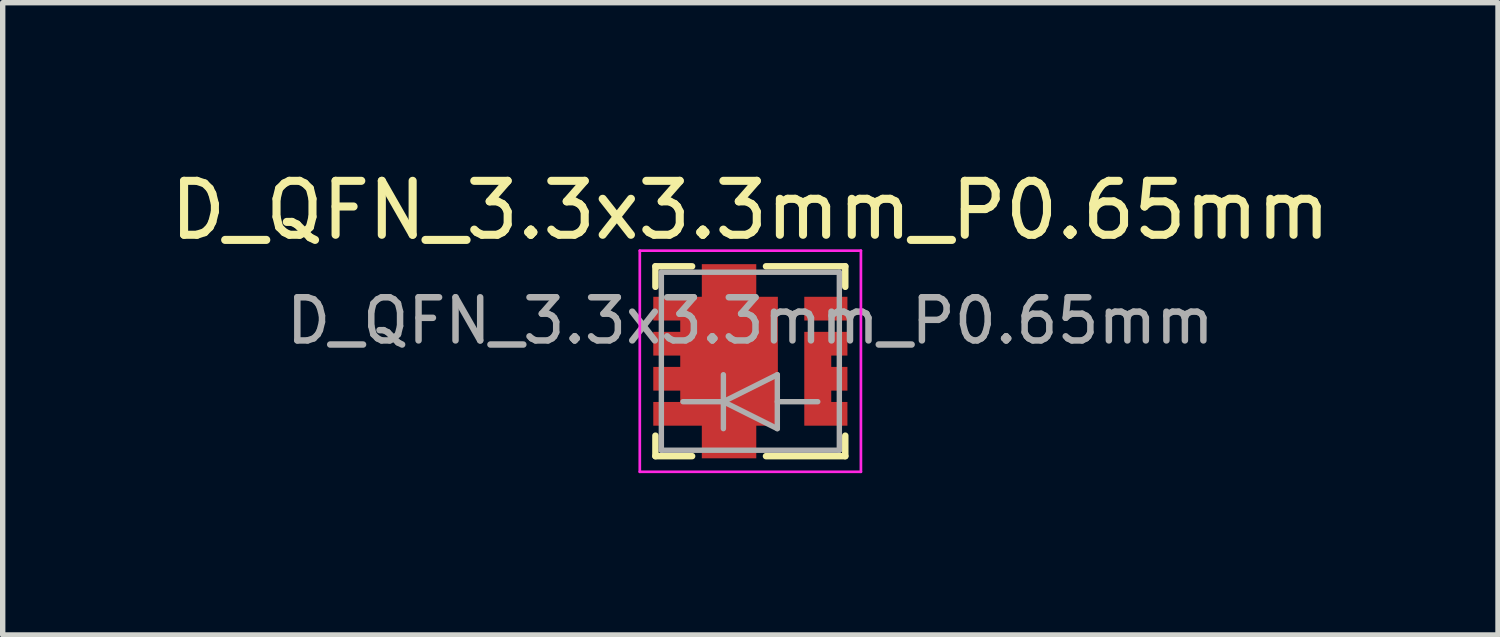
<source format=kicad_pcb>
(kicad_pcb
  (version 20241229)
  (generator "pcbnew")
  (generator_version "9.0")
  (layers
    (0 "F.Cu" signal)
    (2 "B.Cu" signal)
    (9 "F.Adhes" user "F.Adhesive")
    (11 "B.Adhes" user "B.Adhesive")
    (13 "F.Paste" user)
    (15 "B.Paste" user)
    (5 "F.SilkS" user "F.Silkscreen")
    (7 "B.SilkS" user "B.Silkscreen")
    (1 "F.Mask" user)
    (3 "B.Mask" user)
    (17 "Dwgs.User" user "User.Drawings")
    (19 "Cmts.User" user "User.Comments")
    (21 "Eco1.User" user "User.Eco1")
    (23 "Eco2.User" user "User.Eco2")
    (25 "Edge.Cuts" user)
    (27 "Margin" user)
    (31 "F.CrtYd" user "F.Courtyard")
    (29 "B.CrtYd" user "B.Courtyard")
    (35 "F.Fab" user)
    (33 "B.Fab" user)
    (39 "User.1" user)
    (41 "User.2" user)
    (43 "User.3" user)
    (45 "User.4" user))
  (footprint "D_QFN_3.3x3.3mm_P0.65mm"
    (layer "F.Cu")
    (at 10.863 3.648)
    (property "Reference" "D_QFN_3.3x3.3mm_P0.65mm" (at 0 -2.8 0) (layer "F.SilkS") (effects (font (size 1 1) (thickness 0.15))))
    (attr smd)
    (fp_line (start -1.76 -1.76) (end -1.76 -1.38) (stroke (width 0.12) (type solid)) (layer "F.SilkS"))
    (fp_line (start -1.76 -1.76) (end -1.08 -1.76) (stroke (width 0.12) (type solid)) (layer "F.SilkS"))
    (fp_line (start -1.76 1.76) (end -1.76 1.38) (stroke (width 0.12) (type solid)) (layer "F.SilkS"))
    (fp_line (start -1.76 1.76) (end -1.08 1.76) (stroke (width 0.12) (type solid)) (layer "F.SilkS"))
    (fp_line (start 0.29 -1.76) (end 1.76 -1.76) (stroke (width 0.12) (type solid)) (layer "F.SilkS"))
    (fp_line (start 0.29 1.76) (end 1.76 1.76) (stroke (width 0.12) (type solid)) (layer "F.SilkS"))
    (fp_line (start 1.76 -1.76) (end 1.76 -1.38) (stroke (width 0.12) (type solid)) (layer "F.SilkS"))
    (fp_line (start 1.76 1.76) (end 1.76 1.38) (stroke (width 0.12) (type solid)) (layer "F.SilkS"))
    (fp_line (start -2.05 -2.05) (end 2.05 -2.05) (stroke (width 0.05) (type solid)) (layer "F.CrtYd"))
    (fp_line (start -2.05 2.05) (end -2.05 -2.05) (stroke (width 0.05) (type solid)) (layer "F.CrtYd"))
    (fp_line (start -2.05 2.05) (end 2.05 2.05) (stroke (width 0.05) (type solid)) (layer "F.CrtYd"))
    (fp_line (start 2.05 2.05) (end 2.05 -2.05) (stroke (width 0.05) (type solid)) (layer "F.CrtYd"))
    (fp_line (start -1.65 -1.65) (end 1.65 -1.65) (stroke (width 0.1) (type solid)) (layer "F.Fab"))
    (fp_line (start -1.65 1.65) (end -1.65 -1.65) (stroke (width 0.1) (type solid)) (layer "F.Fab"))
    (fp_line (start -0.5 0.25) (end -0.5 1.25) (stroke (width 0.1) (type solid)) (layer "F.Fab"))
    (fp_line (start -0.5 0.75) (end -1.25 0.75) (stroke (width 0.1) (type solid)) (layer "F.Fab"))
    (fp_line (start -0.5 0.75) (end 0.5 0.25) (stroke (width 0.1) (type solid)) (layer "F.Fab"))
    (fp_line (start 0.5 0.25) (end 0.5 1.25) (stroke (width 0.1) (type solid)) (layer "F.Fab"))
    (fp_line (start 0.5 0.75) (end 1.25 0.75) (stroke (width 0.1) (type solid)) (layer "F.Fab"))
    (fp_line (start 0.5 1.25) (end -0.5 0.75) (stroke (width 0.1) (type solid)) (layer "F.Fab"))
    (fp_line (start 1.65 -1.65) (end 1.65 1.65) (stroke (width 0.1) (type solid)) (layer "F.Fab"))
    (fp_line (start 1.65 1.65) (end -1.65 1.65) (stroke (width 0.1) (type solid)) (layer "F.Fab"))
    (fp_text user "${REFERENCE}" (at 0 -0.75 0) (layer "F.Fab") (effects (font (size 0.8 0.8) (thickness 0.12))))
    (pad "" smd rect (at 1.4 -0.975) (size 0.8 0.44) (layers "F.Cu" "F.Mask" "F.Paste"))
    (pad "1" smd custom (at -0.645 0) (size 0.5 0.5) (layers "F.Cu" "F.Mask" "F.Paste") (options (anchor rect)) (primitives (gr_poly (pts (xy 0.755 -1.195) (xy 1.155 -1.195) (xy 1.155 1.195) (xy 0.755 1.195) (xy 0.755 1.8) (xy -0.255 1.8) (xy -0.255 1.195) (xy -1.155 1.195) (xy -1.155 0.755) (xy -0.655 0.755) (xy -0.655 0.545) (xy -1.155 0.545) (xy -1.155 0.105) (xy -0.655 0.105) (xy -0.655 -0.105) (xy -1.155 -0.105) (xy -1.155 -0.545) (xy -0.655 -0.545) (xy -0.655 -0.755) (xy -1.155 -0.755) (xy -1.155 -1.195) (xy -0.255 -1.195) (xy -0.255 -1.8) (xy 0.755 -1.8)) (width 0) (fill yes))))
    (pad "2" smd custom (at 1.4 0.325) (size 0.4 0.4) (layers "F.Cu" "F.Mask" "F.Paste") (options (anchor rect)) (primitives (gr_poly (pts (xy 0.4 -0.43) (xy 0.1 -0.43) (xy 0.1 -0.22) (xy 0.4 -0.22) (xy 0.4 0.22) (xy 0.1 0.22) (xy 0.1 0.43) (xy 0.4 0.43) (xy 0.4 0.87) (xy -0.4 0.87) (xy -0.4 -0.87) (xy 0.4 -0.87)) (width 0) (fill yes)))))
  (gr_rect
    (start -3 -3)
    (end 24.726 8.723)
    (stroke (width 0.1) (type default))
    (fill no)
    (layer "Edge.Cuts")))
</source>
